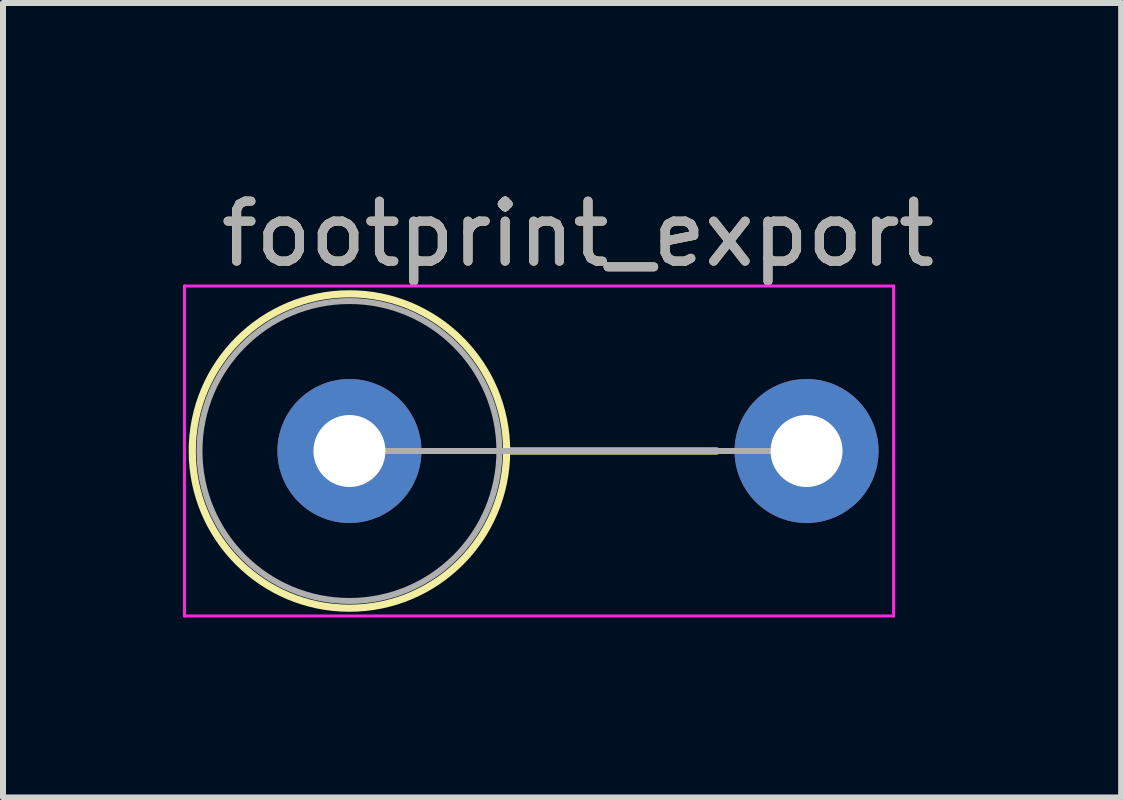
<source format=kicad_pcb>
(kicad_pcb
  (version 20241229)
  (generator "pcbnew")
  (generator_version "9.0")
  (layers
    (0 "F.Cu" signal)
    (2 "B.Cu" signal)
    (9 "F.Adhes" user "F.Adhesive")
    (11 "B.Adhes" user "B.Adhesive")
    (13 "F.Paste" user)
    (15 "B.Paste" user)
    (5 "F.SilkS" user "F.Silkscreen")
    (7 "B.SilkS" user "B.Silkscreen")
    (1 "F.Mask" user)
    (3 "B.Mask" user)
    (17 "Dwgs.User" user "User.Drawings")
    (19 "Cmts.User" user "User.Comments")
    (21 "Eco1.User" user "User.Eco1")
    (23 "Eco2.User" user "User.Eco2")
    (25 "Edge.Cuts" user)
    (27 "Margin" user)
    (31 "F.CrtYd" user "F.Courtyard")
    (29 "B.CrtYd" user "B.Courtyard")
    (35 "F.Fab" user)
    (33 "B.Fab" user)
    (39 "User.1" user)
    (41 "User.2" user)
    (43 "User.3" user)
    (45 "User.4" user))
  (footprint "footprint_export"
    (layer "F.Cu")
    (at 2.775 4.468)
    (property "Reference" "footprint_export" (at 3.81 -3.62 0) (layer "F.SilkS") (effects (font (size 1 1) (thickness 0.15))))
    (attr through_hole)
    (fp_line (start 2.62 0) (end 6.12 0) (stroke (width 0.12) (type solid)) (layer "F.SilkS"))
    (fp_circle (center 0 0) (end 2.62 0) (stroke (width 0.12) (type solid)) (fill no) (layer "F.SilkS"))
    (fp_line (start -2.75 -2.75) (end -2.75 2.75) (stroke (width 0.05) (type solid)) (layer "F.CrtYd"))
    (fp_line (start -2.75 2.75) (end 9.07 2.75) (stroke (width 0.05) (type solid)) (layer "F.CrtYd"))
    (fp_line (start 9.07 -2.75) (end -2.75 -2.75) (stroke (width 0.05) (type solid)) (layer "F.CrtYd"))
    (fp_line (start 9.07 2.75) (end 9.07 -2.75) (stroke (width 0.05) (type solid)) (layer "F.CrtYd"))
    (fp_line (start 0 0) (end 7.62 0) (stroke (width 0.1) (type solid)) (layer "F.Fab"))
    (fp_circle (center 0 0) (end 2.5 0) (stroke (width 0.1) (type solid)) (fill no) (layer "F.Fab"))
    (fp_text user "${REFERENCE}" (at 3.81 -3.62 0) (layer "F.Fab") (effects (font (size 1 1) (thickness 0.15))))
    (pad "1" thru_hole circle (at 0 0) (size 2.4 2.4) (drill 1.2) (layers "*.Cu" "*.Mask"))
    (pad "2" thru_hole oval (at 7.62 0) (size 2.4 2.4) (drill 1.2) (layers "*.Cu" "*.Mask")))
  (gr_rect
    (start -3 -3)
    (end 15.639 10.243)
    (stroke (width 0.1) (type default))
    (fill no)
    (layer "Edge.Cuts")))
</source>
